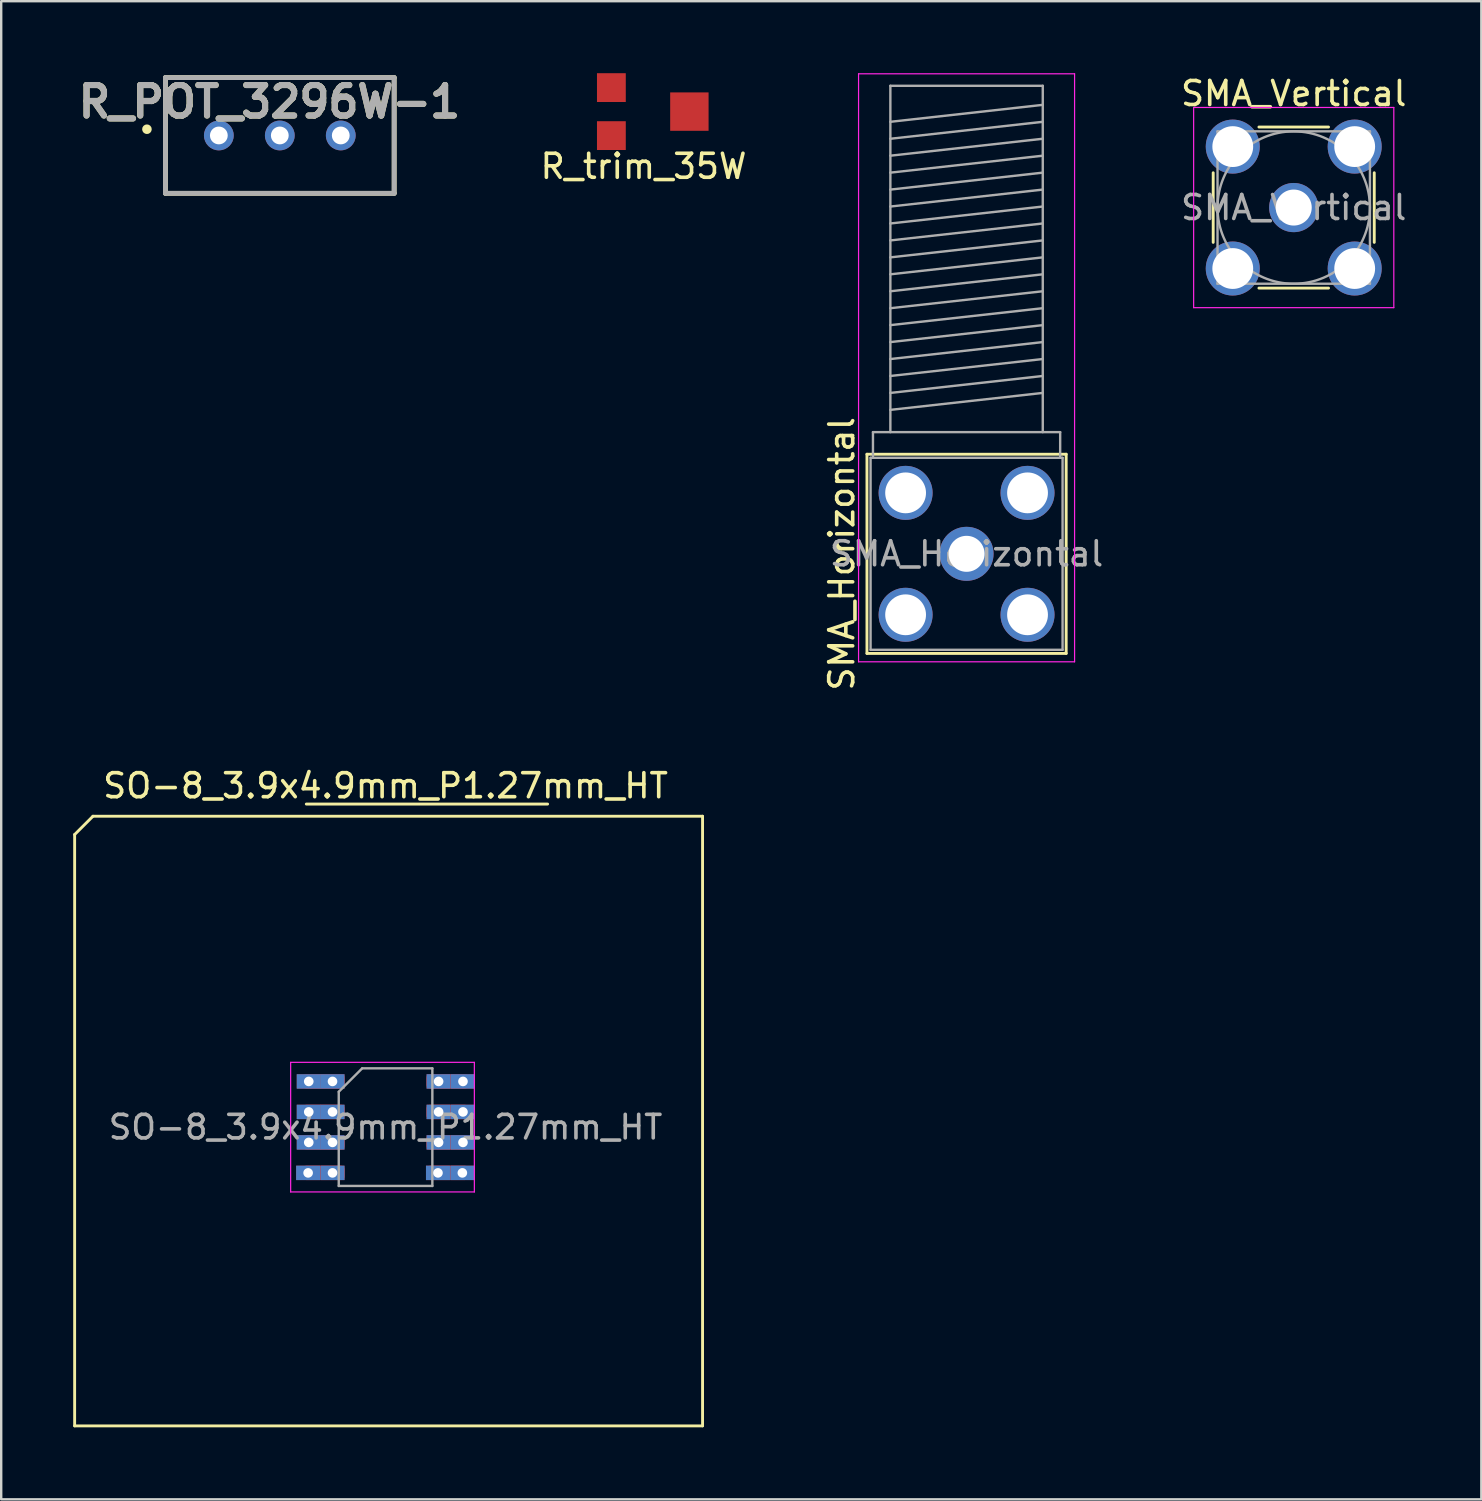
<source format=kicad_pcb>
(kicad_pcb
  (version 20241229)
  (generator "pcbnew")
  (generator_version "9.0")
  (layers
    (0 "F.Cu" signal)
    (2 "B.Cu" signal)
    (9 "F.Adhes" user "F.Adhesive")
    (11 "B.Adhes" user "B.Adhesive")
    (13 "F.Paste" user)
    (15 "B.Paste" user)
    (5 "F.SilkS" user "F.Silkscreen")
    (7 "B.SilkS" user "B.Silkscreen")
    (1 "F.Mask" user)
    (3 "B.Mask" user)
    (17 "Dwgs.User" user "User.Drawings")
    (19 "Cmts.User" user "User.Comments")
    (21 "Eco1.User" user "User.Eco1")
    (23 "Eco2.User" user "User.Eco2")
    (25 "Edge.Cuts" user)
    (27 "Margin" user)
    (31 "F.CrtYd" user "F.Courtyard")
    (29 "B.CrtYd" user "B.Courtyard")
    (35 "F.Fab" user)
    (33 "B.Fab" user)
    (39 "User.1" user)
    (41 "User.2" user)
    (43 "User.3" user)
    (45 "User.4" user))
  (footprint "SMA_Vertical"
    (layer "F.Cu")
    (at 50.853 5.598)
    (property "Reference" "SMA_Vertical" (at 0 -4.75 0) (layer "F.SilkS") (effects (font (size 1 1) (thickness 0.15))))
    (attr through_hole)
    (fp_line (start -3.355 -1.45) (end -3.355 1.45) (stroke (width 0.12) (type solid)) (layer "F.SilkS"))
    (fp_line (start -1.45 -3.355) (end 1.45 -3.355) (stroke (width 0.12) (type solid)) (layer "F.SilkS"))
    (fp_line (start -1.45 3.355) (end 1.45 3.355) (stroke (width 0.12) (type solid)) (layer "F.SilkS"))
    (fp_line (start 3.355 -1.45) (end 3.355 1.45) (stroke (width 0.12) (type solid)) (layer "F.SilkS"))
    (fp_line (start -4.17 -4.17) (end -4.17 4.17) (stroke (width 0.05) (type solid)) (layer "F.CrtYd"))
    (fp_line (start -4.17 -4.17) (end 4.17 -4.17) (stroke (width 0.05) (type solid)) (layer "F.CrtYd"))
    (fp_line (start 4.17 4.17) (end -4.17 4.17) (stroke (width 0.05) (type solid)) (layer "F.CrtYd"))
    (fp_line (start 4.17 4.17) (end 4.17 -4.17) (stroke (width 0.05) (type solid)) (layer "F.CrtYd"))
    (fp_line (start -3.175 -3.175) (end -3.175 3.175) (stroke (width 0.1) (type solid)) (layer "F.Fab"))
    (fp_line (start -3.175 -3.175) (end 3.175 -3.175) (stroke (width 0.1) (type solid)) (layer "F.Fab"))
    (fp_line (start -3.175 3.175) (end 3.175 3.175) (stroke (width 0.1) (type solid)) (layer "F.Fab"))
    (fp_line (start 3.175 -3.175) (end 3.175 3.175) (stroke (width 0.1) (type solid)) (layer "F.Fab"))
    (fp_circle (center 0 0) (end 3.175 0) (stroke (width 0.1) (type solid)) (fill no) (layer "F.Fab"))
    (fp_text user "${REFERENCE}" (at 0 0 0) (layer "F.Fab") (effects (font (size 1 1) (thickness 0.15))))
    (pad "1" thru_hole circle (at 0 0) (size 2.05 2.05) (drill 1.5) (layers "*.Cu" "*.Mask"))
    (pad "2" thru_hole circle (at -2.54 -2.54) (size 2.25 2.25) (drill 1.7) (layers "*.Cu" "*.Mask"))
    (pad "2" thru_hole circle (at -2.54 2.54) (size 2.25 2.25) (drill 1.7) (layers "*.Cu" "*.Mask"))
    (pad "2" thru_hole circle (at 2.54 -2.54) (size 2.25 2.25) (drill 1.7) (layers "*.Cu" "*.Mask"))
    (pad "2" thru_hole circle (at 2.54 2.54) (size 2.25 2.25) (drill 1.7) (layers "*.Cu" "*.Mask")))
  (footprint "SMA_Horizontal"
    (layer "F.Cu")
    (at 37.222 20.025)
    (property "Reference" "SMA_Horizontal" (at -5.2 0 90) (layer "F.SilkS") (effects (font (size 1 1) (thickness 0.15))))
    (attr through_hole)
    (fp_line (start -4.15 -4.15) (end -4.15 4.15) (stroke (width 0.12) (type solid)) (layer "F.SilkS"))
    (fp_line (start -4.15 -4.15) (end 4.15 -4.15) (stroke (width 0.12) (type solid)) (layer "F.SilkS"))
    (fp_line (start -4.15 4.15) (end 4.15 4.15) (stroke (width 0.12) (type solid)) (layer "F.SilkS"))
    (fp_line (start 4.15 -4.15) (end 4.15 4.15) (stroke (width 0.12) (type solid)) (layer "F.SilkS"))
    (fp_line (start -4.5 -20) (end -4.5 4.5) (stroke (width 0.05) (type solid)) (layer "F.CrtYd"))
    (fp_line (start -4.5 -20) (end 4.5 -20) (stroke (width 0.05) (type solid)) (layer "F.CrtYd"))
    (fp_line (start 4.5 4.5) (end -4.5 4.5) (stroke (width 0.05) (type solid)) (layer "F.CrtYd"))
    (fp_line (start 4.5 4.5) (end 4.5 -20) (stroke (width 0.05) (type solid)) (layer "F.CrtYd"))
    (fp_line (start -4 -4) (end -4 4) (stroke (width 0.1) (type solid)) (layer "F.Fab"))
    (fp_line (start -4 -4) (end 4 -4) (stroke (width 0.1) (type solid)) (layer "F.Fab"))
    (fp_line (start -4 4) (end 4 4) (stroke (width 0.1) (type solid)) (layer "F.Fab"))
    (fp_line (start -3.9 -5.07) (end -3.9 -4) (stroke (width 0.1) (type solid)) (layer "F.Fab"))
    (fp_line (start -3.175 -19.5) (end -3.175 -5.07) (stroke (width 0.1) (type solid)) (layer "F.Fab"))
    (fp_line (start -3.175 -19.5) (end 3.175 -19.5) (stroke (width 0.1) (type solid)) (layer "F.Fab"))
    (fp_line (start -3.175 -18) (end 3.175 -18.706) (stroke (width 0.1) (type solid)) (layer "F.Fab"))
    (fp_line (start -3.175 -17.294) (end 3.175 -18) (stroke (width 0.1) (type solid)) (layer "F.Fab"))
    (fp_line (start -3.175 -16.588) (end 3.175 -17.294) (stroke (width 0.1) (type solid)) (layer "F.Fab"))
    (fp_line (start -3.175 -15.882) (end 3.175 -16.588) (stroke (width 0.1) (type solid)) (layer "F.Fab"))
    (fp_line (start -3.175 -15.176) (end 3.175 -15.882) (stroke (width 0.1) (type solid)) (layer "F.Fab"))
    (fp_line (start -3.175 -14.47) (end 3.175 -15.176) (stroke (width 0.1) (type solid)) (layer "F.Fab"))
    (fp_line (start -3.175 -13.764) (end 3.175 -14.47) (stroke (width 0.1) (type solid)) (layer "F.Fab"))
    (fp_line (start -3.175 -13.058) (end 3.175 -13.764) (stroke (width 0.1) (type solid)) (layer "F.Fab"))
    (fp_line (start -3.175 -12.352) (end 3.175 -13.058) (stroke (width 0.1) (type solid)) (layer "F.Fab"))
    (fp_line (start -3.175 -11.646) (end 3.175 -12.352) (stroke (width 0.1) (type solid)) (layer "F.Fab"))
    (fp_line (start -3.175 -10.94) (end 3.175 -11.646) (stroke (width 0.1) (type solid)) (layer "F.Fab"))
    (fp_line (start -3.175 -10.234) (end 3.175 -10.94) (stroke (width 0.1) (type solid)) (layer "F.Fab"))
    (fp_line (start -3.175 -9.528) (end 3.175 -10.234) (stroke (width 0.1) (type solid)) (layer "F.Fab"))
    (fp_line (start -3.175 -8.822) (end 3.175 -9.528) (stroke (width 0.1) (type solid)) (layer "F.Fab"))
    (fp_line (start -3.175 -8.116) (end 3.175 -8.822) (stroke (width 0.1) (type solid)) (layer "F.Fab"))
    (fp_line (start -3.175 -7.41) (end 3.175 -8.116) (stroke (width 0.1) (type solid)) (layer "F.Fab"))
    (fp_line (start -3.175 -6.704) (end 3.175 -7.41) (stroke (width 0.1) (type solid)) (layer "F.Fab"))
    (fp_line (start -3.175 -5.998) (end 3.175 -6.704) (stroke (width 0.1) (type solid)) (layer "F.Fab"))
    (fp_line (start 3.175 -19.5) (end 3.175 -5.07) (stroke (width 0.1) (type solid)) (layer "F.Fab"))
    (fp_line (start 3.9 -5.07) (end -3.9 -5.07) (stroke (width 0.1) (type solid)) (layer "F.Fab"))
    (fp_line (start 3.9 -4) (end 3.9 -5.07) (stroke (width 0.1) (type solid)) (layer "F.Fab"))
    (fp_line (start 4 -4) (end 4 4) (stroke (width 0.1) (type solid)) (layer "F.Fab"))
    (fp_text user "${REFERENCE}" (at 0 0 0) (layer "F.Fab") (effects (font (size 1 1) (thickness 0.15))))
    (pad "1" thru_hole circle (at 0 0) (size 2.25 2.25) (drill 1.5) (layers "*.Cu" "*.Mask"))
    (pad "2" thru_hole circle (at -2.54 -2.54) (size 2.25 2.25) (drill 1.7) (layers "*.Cu" "*.Mask"))
    (pad "2" thru_hole circle (at -2.54 2.54) (size 2.25 2.25) (drill 1.7) (layers "*.Cu" "*.Mask"))
    (pad "2" thru_hole circle (at 2.54 -2.54) (size 2.25 2.25) (drill 1.7) (layers "*.Cu" "*.Mask"))
    (pad "2" thru_hole circle (at 2.54 2.54 90) (size 2.25 2.25) (drill 1.7) (layers "*.Cu" "*.Mask")))
  (footprint "SO-8_3.9x4.9mm_P1.27mm_HT"
    (layer "F.Cu")
    (at 13.014 43.913)
    (property "Reference" "SO-8_3.9x4.9mm_P1.27mm_HT" (at 0 -14.224 0) (layer "F.SilkS") (effects (font (size 1 1) (thickness 0.15))))
    (attr smd)
    (fp_poly (pts (xy -12.7 -12.192) (xy 12.954 -12.192) (xy 12.954 12.192) (xy -12.7 12.192)) (stroke (width 0.1) (type solid)) (fill yes) (layer "F.Mask"))
    (fp_line (start -12.954 12.446) (end -12.954 -12.192) (stroke (width 0.12) (type solid)) (layer "F.SilkS"))
    (fp_line (start -12.192 -12.954) (end -12.954 -12.192) (stroke (width 0.12) (type solid)) (layer "F.SilkS"))
    (fp_line (start 6.752 -13.462) (end -3.302 -13.462) (stroke (width 0.12) (type solid)) (layer "F.SilkS"))
    (fp_line (start 13.208 -12.954) (end -12.192 -12.954) (stroke (width 0.12) (type solid)) (layer "F.SilkS"))
    (fp_line (start 13.208 12.446) (end -12.954 12.446) (stroke (width 0.12) (type solid)) (layer "F.SilkS"))
    (fp_line (start 13.208 12.446) (end 13.208 -12.954) (stroke (width 0.12) (type solid)) (layer "F.SilkS"))
    (fp_line (start -3.954 -2.7) (end -3.954 2.7) (stroke (width 0.05) (type solid)) (layer "F.CrtYd"))
    (fp_line (start -3.954 2.7) (end 3.7 2.7) (stroke (width 0.05) (type solid)) (layer "F.CrtYd"))
    (fp_line (start 3.7 -2.7) (end -3.954 -2.7) (stroke (width 0.05) (type solid)) (layer "F.CrtYd"))
    (fp_line (start 3.7 2.7) (end 3.7 -2.7) (stroke (width 0.05) (type solid)) (layer "F.CrtYd"))
    (fp_line (start -1.95 -1.475) (end -0.975 -2.45) (stroke (width 0.1) (type solid)) (layer "F.Fab"))
    (fp_line (start -1.95 2.45) (end -1.95 -1.475) (stroke (width 0.1) (type solid)) (layer "F.Fab"))
    (fp_line (start -0.975 -2.45) (end 1.95 -2.45) (stroke (width 0.1) (type solid)) (layer "F.Fab"))
    (fp_line (start 1.95 -2.45) (end 1.95 2.45) (stroke (width 0.1) (type solid)) (layer "F.Fab"))
    (fp_line (start 1.95 2.45) (end -1.95 2.45) (stroke (width 0.1) (type solid)) (layer "F.Fab"))
    (fp_text user "${REFERENCE}" (at 0 0 0) (layer "F.Fab") (effects (font (size 0.98 0.98) (thickness 0.15))))
    (pad "1" thru_hole rect (at -3.2 -1.905 90) (size 0.6 1) (drill 0.4) (layers "*.Cu" "*.Mask"))
    (pad "1" smd roundrect (at -2.575 -1.905) (size 1.75 0.6) (layers "F.Cu" "F.Mask" "F.Paste") (roundrect_rratio 0.25))
    (pad "1" thru_hole rect (at -2.21 -1.905 90) (size 0.6 1) (drill 0.4) (layers "*.Cu" "*.Mask"))
    (pad "2" thru_hole rect (at -3.2 -0.635 90) (size 0.6 1) (drill 0.4) (layers "*.Cu" "*.Mask"))
    (pad "2" smd roundrect (at -2.575 -0.635) (size 1.75 0.6) (layers "F.Cu" "F.Mask" "F.Paste") (roundrect_rratio 0.25))
    (pad "2" thru_hole rect (at -2.21 -0.635 90) (size 0.6 1) (drill 0.4) (layers "*.Cu" "*.Mask"))
    (pad "3" thru_hole rect (at -3.2 0.635 90) (size 0.6 1) (drill 0.4) (layers "*.Cu" "*.Mask"))
    (pad "3" smd roundrect (at -2.575 0.635) (size 1.75 0.6) (layers "F.Cu" "F.Mask" "F.Paste") (roundrect_rratio 0.25))
    (pad "3" thru_hole rect (at -2.21 0.635 90) (size 0.6 1) (drill 0.4) (layers "*.Cu" "*.Mask"))
    (pad "4" thru_hole rect (at -3.226 1.905 90) (size 0.6 1) (drill 0.4) (layers "*.Cu" "*.Mask"))
    (pad "4" smd roundrect (at -2.575 1.905) (size 1.75 0.6) (layers "F.Cu" "F.Mask" "F.Paste") (roundrect_rratio 0.25))
    (pad "4" thru_hole rect (at -2.21 1.905 90) (size 0.6 1) (drill 0.4) (layers "*.Cu" "*.Mask"))
    (pad "5" thru_hole rect (at 2.184 1.905 90) (size 0.6 1) (drill 0.4) (layers "*.Cu" "*.Mask"))
    (pad "5" smd roundrect (at 2.575 1.905) (size 1.75 0.6) (layers "F.Cu" "F.Mask" "F.Paste") (roundrect_rratio 0.25))
    (pad "5" thru_hole rect (at 3.2 1.905 90) (size 0.6 1) (drill 0.4) (layers "*.Cu" "*.Mask"))
    (pad "6" thru_hole rect (at 2.21 0.635 90) (size 0.6 1) (drill 0.4) (layers "*.Cu" "*.Mask"))
    (pad "6" smd roundrect (at 2.575 0.635) (size 1.75 0.6) (layers "F.Cu" "F.Mask" "F.Paste") (roundrect_rratio 0.25))
    (pad "6" thru_hole rect (at 3.226 0.635 90) (size 0.6 1) (drill 0.4) (layers "*.Cu" "*.Mask"))
    (pad "7" thru_hole rect (at 2.21 -0.635 90) (size 0.6 1) (drill 0.4) (layers "*.Cu" "*.Mask"))
    (pad "7" smd roundrect (at 2.575 -0.635) (size 1.75 0.6) (layers "F.Cu" "F.Mask" "F.Paste") (roundrect_rratio 0.25))
    (pad "7" thru_hole rect (at 3.226 -0.635 90) (size 0.6 1) (drill 0.4) (layers "*.Cu" "*.Mask"))
    (pad "8" thru_hole rect (at 2.21 -1.905 90) (size 0.6 1) (drill 0.4) (layers "*.Cu" "*.Mask"))
    (pad "8" smd roundrect (at 2.575 -1.905) (size 1.75 0.6) (layers "F.Cu" "F.Mask" "F.Paste") (roundrect_rratio 0.25))
    (pad "8" thru_hole rect (at 3.226 -1.905 90) (size 0.6 1) (drill 0.4) (layers "*.Cu" "*.Mask")))
  (footprint "R_POT_3296W-1"
    (layer "F.Cu")
    (at 8.608 2.594)
    (property "Reference" "R_POT_3296W-1" (at -0.432 -1.405 0) (layer "F.SilkS") (effects (font (size 1.27 1.27) (thickness 0.254))))
    (attr through_hole)
    (fp_line (start -4.765 -2.41) (end 4.765 -2.41) (stroke (width 0.2) (type solid)) (layer "F.SilkS"))
    (fp_line (start -4.765 2.41) (end -4.765 -2.41) (stroke (width 0.2) (type solid)) (layer "F.SilkS"))
    (fp_line (start 4.765 -2.41) (end 4.765 2.41) (stroke (width 0.2) (type solid)) (layer "F.SilkS"))
    (fp_line (start 4.765 2.41) (end -4.765 2.41) (stroke (width 0.2) (type solid)) (layer "F.SilkS"))
    (fp_circle (center -5.536 -0.26) (end -5.536 -0.16) (stroke (width 0.2) (type solid)) (fill no) (layer "F.SilkS"))
    (fp_line (start -4.765 -2.41) (end 4.765 -2.41) (stroke (width 0.2) (type solid)) (layer "F.Fab"))
    (fp_line (start -4.765 2.41) (end -4.765 -2.41) (stroke (width 0.2) (type solid)) (layer "F.Fab"))
    (fp_line (start 4.765 -2.41) (end 4.765 2.41) (stroke (width 0.2) (type solid)) (layer "F.Fab"))
    (fp_line (start 4.765 2.41) (end -4.765 2.41) (stroke (width 0.2) (type solid)) (layer "F.Fab"))
    (fp_text user "${REFERENCE}" (at -0.432 -1.405 0) (layer "F.Fab") (effects (font (size 1.27 1.27) (thickness 0.254))))
    (pad "1" thru_hole circle (at -2.54 0) (size 1.24 1.24) (drill 0.74) (layers "*.Cu" "*.Mask"))
    (pad "2" thru_hole circle (at 0 0) (size 1.24 1.24) (drill 0.74) (layers "*.Cu" "*.Mask"))
    (pad "3" thru_hole circle (at 2.54 0) (size 1.24 1.24) (drill 0.74) (layers "*.Cu" "*.Mask")))
  (footprint "R_trim_35W"
    (layer "F.Cu")
    (at 24.313 2.33)
    (property "Reference" "R_trim_35W" (at -0.55 1.55 0) (layer "F.SilkS") (effects (font (size 1 1) (thickness 0.15))))
    (attr through_hole)
    (pad "1" smd rect (at -1.89 -1.73) (size 1.2 1.2) (layers "F.Cu" "F.Mask" "F.Paste"))
    (pad "2" smd rect (at 1.36 -0.73) (size 1.6 1.6) (layers "F.Cu" "F.Mask" "F.Paste"))
    (pad "3" smd rect (at -1.89 0.27) (size 1.2 1.2) (layers "F.Cu" "F.Mask" "F.Paste")))
  (gr_rect
    (start -3 -3)
    (end 58.669 59.419)
    (stroke (width 0.1) (type default))
    (fill no)
    (layer "Edge.Cuts")))
</source>
